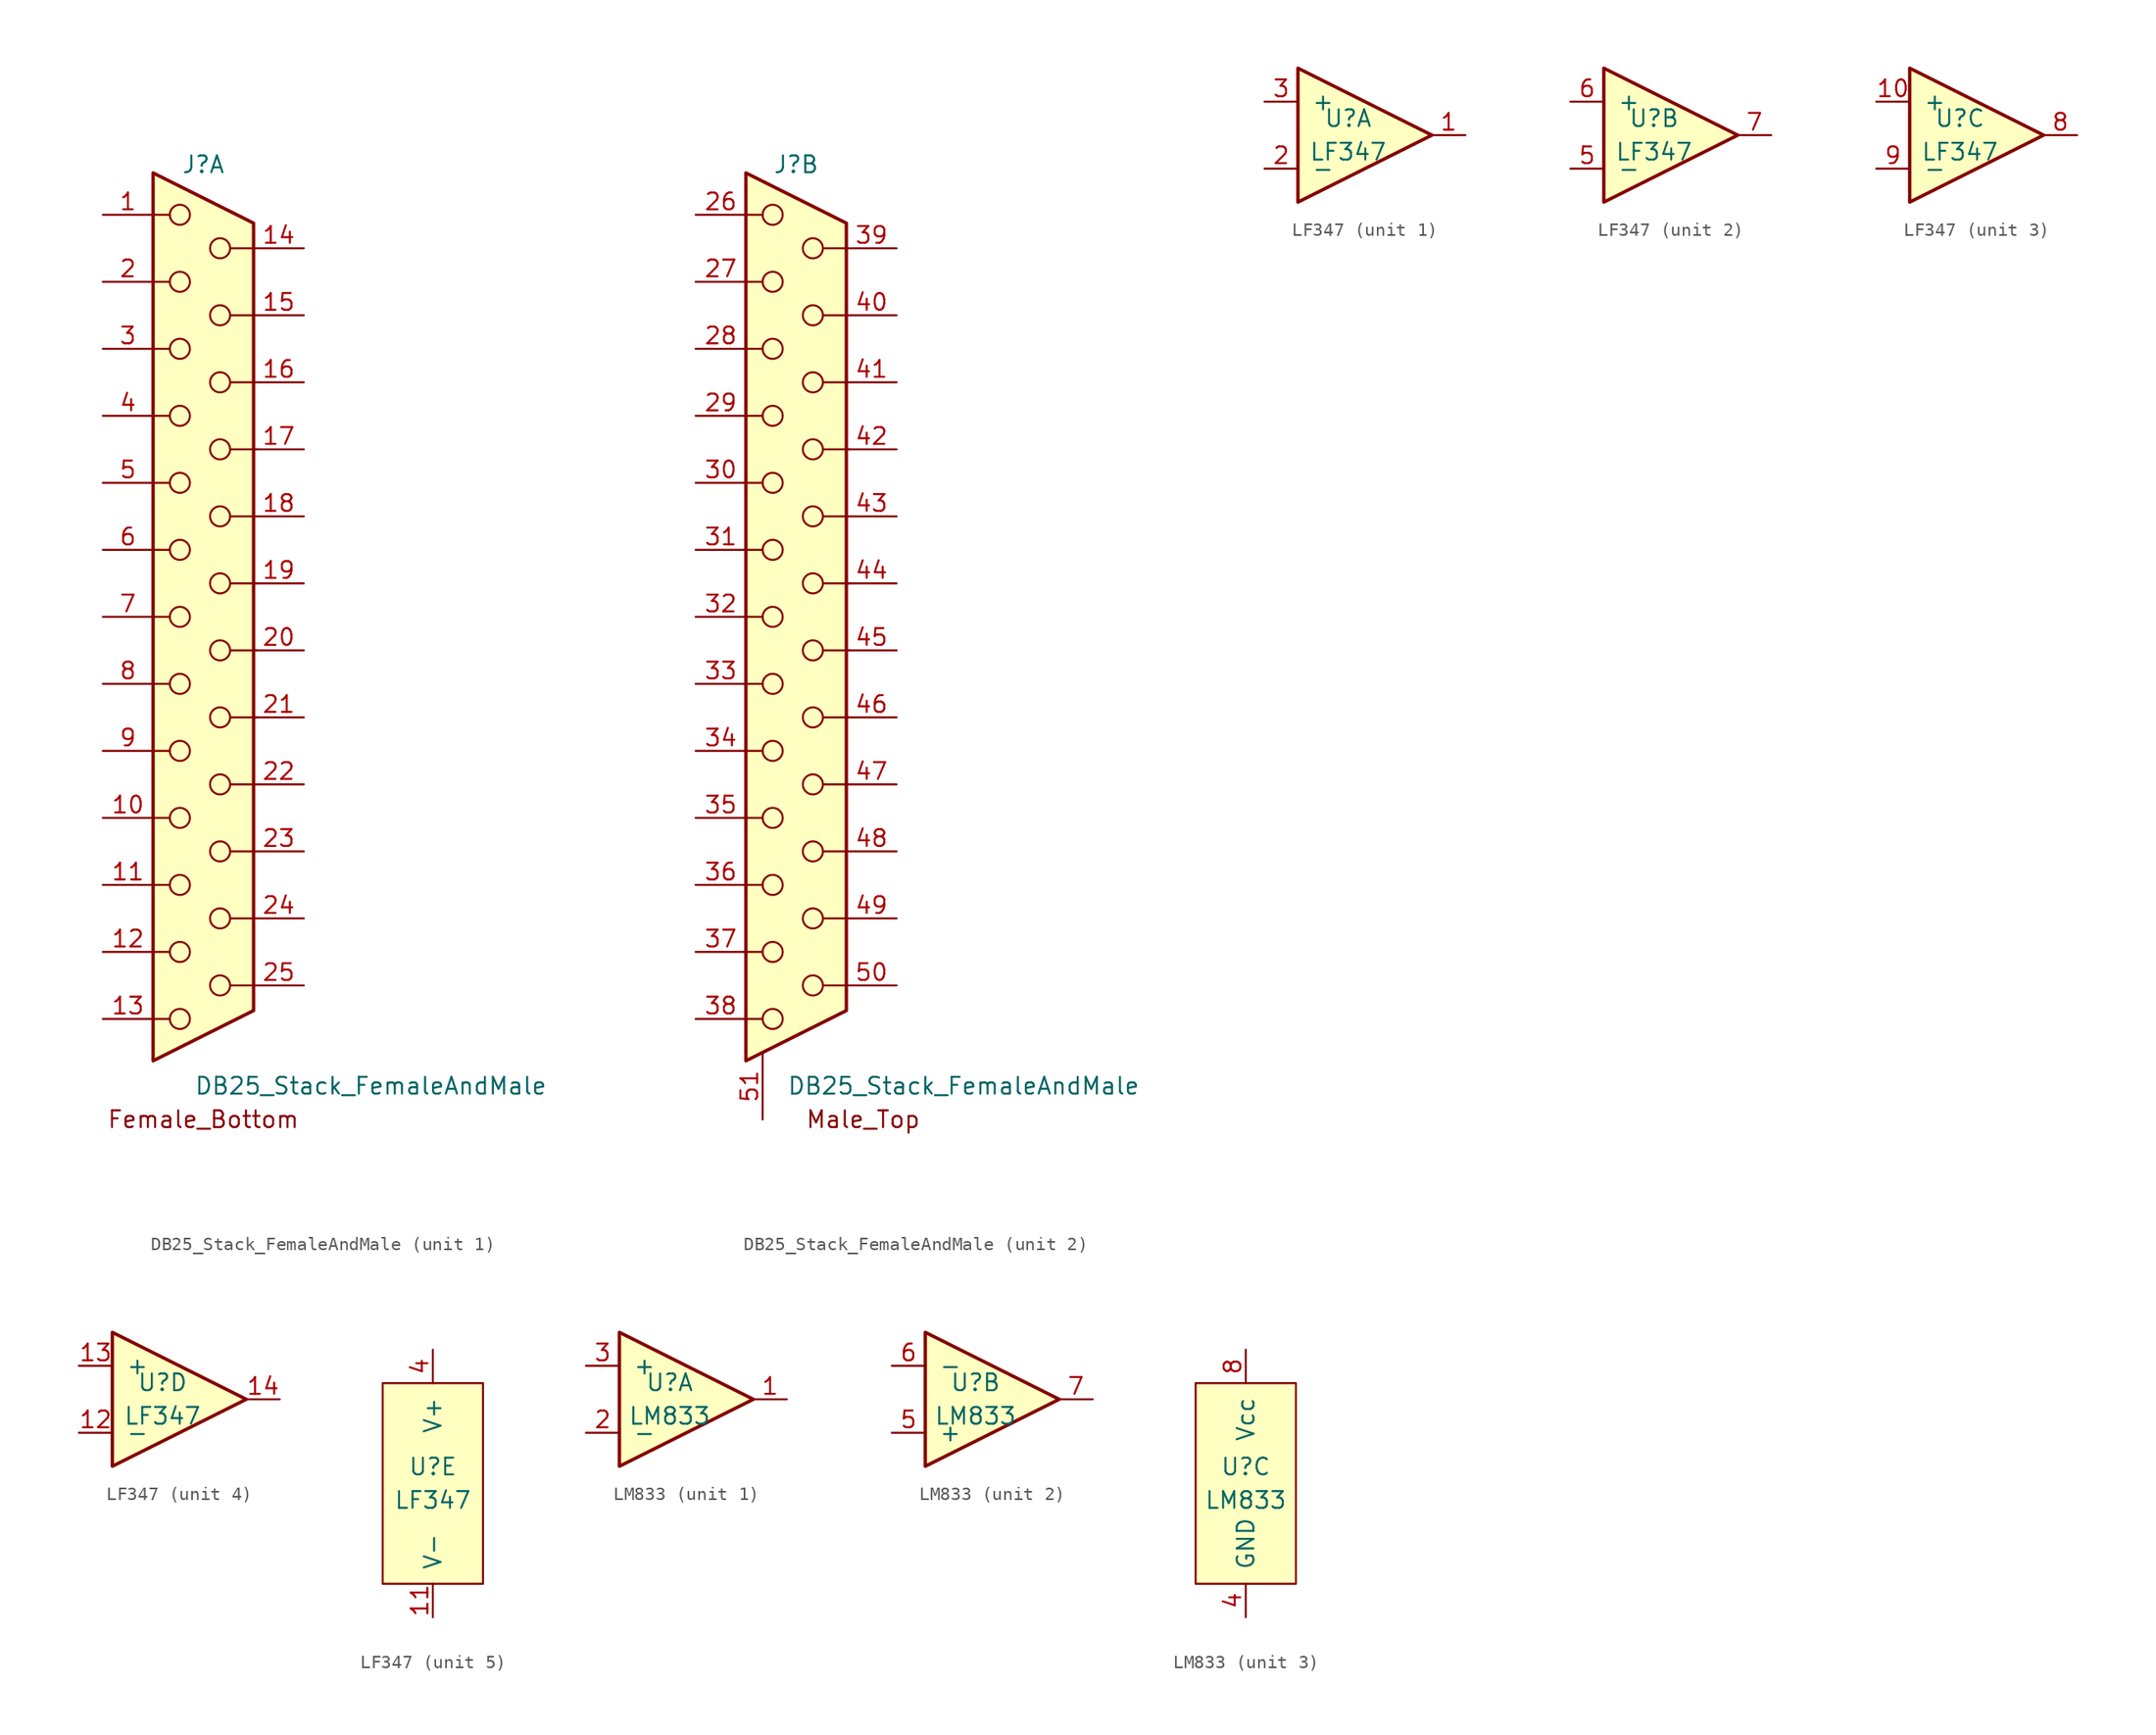
<source format=kicad_sym>
(kicad_symbol_lib
  (version 20220914)
  (generator kicad_symbol_editor)
  (symbol "DB25_Stack_FemaleAndMale"
    (pin_names
      (offset 1.016) hide)
    (property "Reference" "J"
      (at 0 34.29 0)
      (effects (font (size 1.27 1.27))))
    (property "Value" "DB25_Stack_FemaleAndMale"
      (at 12.7 -35.56 0)
      (effects (font (size 1.27 1.27))))
    (symbol "DB25_Stack_FemaleAndMale_0_1"
      (circle (center -1.778 -30.48) (radius 0.762) (stroke (width 0) (type default)) (fill (type none)))
      (circle (center -1.778 -25.4) (radius 0.762) (stroke (width 0) (type default)) (fill (type none)))
      (circle (center -1.778 -20.32) (radius 0.762) (stroke (width 0) (type default)) (fill (type none)))
      (circle (center -1.778 -15.24) (radius 0.762) (stroke (width 0) (type default)) (fill (type none)))
      (circle (center -1.778 -10.16) (radius 0.762) (stroke (width 0) (type default)) (fill (type none)))
      (circle (center -1.778 -5.08) (radius 0.762) (stroke (width 0) (type default)) (fill (type none)))
      (circle (center -1.778 0) (radius 0.762) (stroke (width 0) (type default)) (fill (type none)))
      (circle (center -1.778 5.08) (radius 0.762) (stroke (width 0) (type default)) (fill (type none)))
      (circle (center -1.778 10.16) (radius 0.762) (stroke (width 0) (type default)) (fill (type none)))
      (circle (center -1.778 15.24) (radius 0.762) (stroke (width 0) (type default)) (fill (type none)))
      (circle (center -1.778 20.32) (radius 0.762) (stroke (width 0) (type default)) (fill (type none)))
      (circle (center -1.778 25.4) (radius 0.762) (stroke (width 0) (type default)) (fill (type none)))
      (circle (center -1.778 30.48) (radius 0.762) (stroke (width 0) (type default)) (fill (type none)))
      (polyline (pts (xy -3.81 -30.48) (xy -2.54 -30.48)) (stroke (width 0) (type default)) (fill (type none)))
      (polyline (pts (xy -3.81 -25.4) (xy -2.54 -25.4)) (stroke (width 0) (type default)) (fill (type none)))
      (polyline (pts (xy -3.81 -20.32) (xy -2.54 -20.32)) (stroke (width 0) (type default)) (fill (type none)))
      (polyline (pts (xy -3.81 -15.24) (xy -2.54 -15.24)) (stroke (width 0) (type default)) (fill (type none)))
      (polyline (pts (xy -3.81 -10.16) (xy -2.54 -10.16)) (stroke (width 0) (type default)) (fill (type none)))
      (polyline (pts (xy -3.81 -5.08) (xy -2.54 -5.08)) (stroke (width 0) (type default)) (fill (type none)))
      (polyline (pts (xy -3.81 0) (xy -2.54 0)) (stroke (width 0) (type default)) (fill (type none)))
      (polyline (pts (xy -3.81 5.08) (xy -2.54 5.08)) (stroke (width 0) (type default)) (fill (type none)))
      (polyline (pts (xy -3.81 10.16) (xy -2.54 10.16)) (stroke (width 0) (type default)) (fill (type none)))
      (polyline (pts (xy -3.81 15.24) (xy -2.54 15.24)) (stroke (width 0) (type default)) (fill (type none)))
      (polyline (pts (xy -3.81 20.32) (xy -2.54 20.32)) (stroke (width 0) (type default)) (fill (type none)))
      (polyline (pts (xy -3.81 25.4) (xy -2.54 25.4)) (stroke (width 0) (type default)) (fill (type none)))
      (polyline (pts (xy -3.81 30.48) (xy -2.54 30.48)) (stroke (width 0) (type default)) (fill (type none)))
      (polyline (pts (xy 2.032 -17.78) (xy 3.81 -17.78)) (stroke (width 0) (type default)) (fill (type none)))
      (polyline (pts (xy 2.032 -12.7) (xy 3.81 -12.7)) (stroke (width 0) (type default)) (fill (type none)))
      (polyline (pts (xy 2.032 -2.54) (xy 4.064 -2.54)) (stroke (width 0) (type default)) (fill (type none)))
      (polyline (pts (xy 2.032 7.62) (xy 3.81 7.62)) (stroke (width 0) (type default)) (fill (type none)))
      (polyline (pts (xy 2.032 12.7) (xy 4.064 12.7)) (stroke (width 0) (type default)) (fill (type none)))
      (polyline (pts (xy 2.032 17.78) (xy 3.81 17.78)) (stroke (width 0) (type default)) (fill (type none)))
      (polyline (pts (xy 2.032 22.86) (xy 3.81 22.86)) (stroke (width 0) (type default)) (fill (type none)))
      (polyline (pts (xy 2.032 27.94) (xy 3.81 27.94)) (stroke (width 0) (type default)) (fill (type none)))
      (polyline (pts (xy 3.81 -27.94) (xy 2.032 -27.94)) (stroke (width 0) (type default)) (fill (type none)))
      (polyline (pts (xy 3.81 -22.86) (xy 2.032 -22.86)) (stroke (width 0) (type default)) (fill (type none)))
      (polyline (pts (xy 4.064 -7.62) (xy 2.032 -7.62)) (stroke (width 0) (type default)) (fill (type none)))
      (polyline (pts (xy 4.064 2.54) (xy 2.032 2.54)) (stroke (width 0) (type default)) (fill (type none)))
      (polyline (pts (xy -3.81 33.655) (xy 3.81 29.845) (xy 3.81 -29.845) (xy -3.81 -33.655) (xy -3.81 33.655)) (stroke (width 0.254) (type default)) (fill (type background)))
      (circle (center 1.27 -27.94) (radius 0.762) (stroke (width 0) (type default)) (fill (type none)))
      (circle (center 1.27 -22.86) (radius 0.762) (stroke (width 0) (type default)) (fill (type none)))
      (circle (center 1.27 -17.78) (radius 0.762) (stroke (width 0) (type default)) (fill (type none)))
      (circle (center 1.27 -12.7) (radius 0.762) (stroke (width 0) (type default)) (fill (type none)))
      (circle (center 1.27 -7.62) (radius 0.762) (stroke (width 0) (type default)) (fill (type none)))
      (circle (center 1.27 -2.54) (radius 0.762) (stroke (width 0) (type default)) (fill (type none)))
      (circle (center 1.27 2.54) (radius 0.762) (stroke (width 0) (type default)) (fill (type none)))
      (circle (center 1.27 7.62) (radius 0.762) (stroke (width 0) (type default)) (fill (type none)))
      (circle (center 1.27 12.7) (radius 0.762) (stroke (width 0) (type default)) (fill (type none)))
      (circle (center 1.27 17.78) (radius 0.762) (stroke (width 0) (type default)) (fill (type none)))
      (circle (center 1.27 22.86) (radius 0.762) (stroke (width 0) (type default)) (fill (type none)))
      (circle (center 1.27 27.94) (radius 0.762) (stroke (width 0) (type default)) (fill (type none))))
    (symbol "DB25_Stack_FemaleAndMale_1_0"
      (text "Female_Bottom" (at 0 -38.1 0) (effects (font (size 1.27 1.27)))))
    (symbol "DB25_Stack_FemaleAndMale_1_1"
      (pin passive line (at -7.62 30.48 0) (length 3.81) (name "1" (effects (font (size 1.27 1.27)))) (number "1" (effects (font (size 1.27 1.27)))))
      (pin passive line (at -7.62 -15.24 0) (length 3.81) (name "10" (effects (font (size 1.27 1.27)))) (number "10" (effects (font (size 1.27 1.27)))))
      (pin passive line (at -7.62 -20.32 0) (length 3.81) (name "11" (effects (font (size 1.27 1.27)))) (number "11" (effects (font (size 1.27 1.27)))))
      (pin passive line (at -7.62 -25.4 0) (length 3.81) (name "12" (effects (font (size 1.27 1.27)))) (number "12" (effects (font (size 1.27 1.27)))))
      (pin passive line (at -7.62 -30.48 0) (length 3.81) (name "13" (effects (font (size 1.27 1.27)))) (number "13" (effects (font (size 1.27 1.27)))))
      (pin passive line (at 7.62 27.94 180) (length 3.81) (name "P14" (effects (font (size 1.27 1.27)))) (number "14" (effects (font (size 1.27 1.27)))))
      (pin passive line (at 7.62 22.86 180) (length 3.81) (name "P15" (effects (font (size 1.27 1.27)))) (number "15" (effects (font (size 1.27 1.27)))))
      (pin passive line (at 7.62 17.78 180) (length 3.81) (name "P16" (effects (font (size 1.27 1.27)))) (number "16" (effects (font (size 1.27 1.27)))))
      (pin passive line (at 7.62 12.7 180) (length 3.81) (name "P17" (effects (font (size 1.27 1.27)))) (number "17" (effects (font (size 1.27 1.27)))))
      (pin passive line (at 7.62 7.62 180) (length 3.81) (name "P18" (effects (font (size 1.27 1.27)))) (number "18" (effects (font (size 1.27 1.27)))))
      (pin passive line (at 7.62 2.54 180) (length 3.81) (name "P19" (effects (font (size 1.27 1.27)))) (number "19" (effects (font (size 1.27 1.27)))))
      (pin passive line (at -7.62 25.4 0) (length 3.81) (name "2" (effects (font (size 1.27 1.27)))) (number "2" (effects (font (size 1.27 1.27)))))
      (pin passive line (at 7.62 -2.54 180) (length 3.81) (name "P20" (effects (font (size 1.27 1.27)))) (number "20" (effects (font (size 1.27 1.27)))))
      (pin passive line (at 7.62 -7.62 180) (length 3.81) (name "P21" (effects (font (size 1.27 1.27)))) (number "21" (effects (font (size 1.27 1.27)))))
      (pin passive line (at 7.62 -12.7 180) (length 3.81) (name "P22" (effects (font (size 1.27 1.27)))) (number "22" (effects (font (size 1.27 1.27)))))
      (pin passive line (at 7.62 -17.78 180) (length 3.81) (name "P23" (effects (font (size 1.27 1.27)))) (number "23" (effects (font (size 1.27 1.27)))))
      (pin passive line (at 7.62 -22.86 180) (length 3.81) (name "P24" (effects (font (size 1.27 1.27)))) (number "24" (effects (font (size 1.27 1.27)))))
      (pin passive line (at 7.62 -27.94 180) (length 3.81) (name "P25" (effects (font (size 1.27 1.27)))) (number "25" (effects (font (size 1.27 1.27)))))
      (pin passive line (at -7.62 20.32 0) (length 3.81) (name "3" (effects (font (size 1.27 1.27)))) (number "3" (effects (font (size 1.27 1.27)))))
      (pin passive line (at -7.62 15.24 0) (length 3.81) (name "4" (effects (font (size 1.27 1.27)))) (number "4" (effects (font (size 1.27 1.27)))))
      (pin passive line (at -7.62 10.16 0) (length 3.81) (name "5" (effects (font (size 1.27 1.27)))) (number "5" (effects (font (size 1.27 1.27)))))
      (pin passive line (at -7.62 5.08 0) (length 3.81) (name "6" (effects (font (size 1.27 1.27)))) (number "6" (effects (font (size 1.27 1.27)))))
      (pin passive line (at -7.62 0 0) (length 3.81) (name "7" (effects (font (size 1.27 1.27)))) (number "7" (effects (font (size 1.27 1.27)))))
      (pin passive line (at -7.62 -5.08 0) (length 3.81) (name "8" (effects (font (size 1.27 1.27)))) (number "8" (effects (font (size 1.27 1.27)))))
      (pin passive line (at -7.62 -10.16 0) (length 3.81) (name "9" (effects (font (size 1.27 1.27)))) (number "9" (effects (font (size 1.27 1.27))))))
    (symbol "DB25_Stack_FemaleAndMale_2_0"
      (text "Male_Top" (at 5.08 -38.1 0) (effects (font (size 1.27 1.27))))
      (pin power_in line (at -2.54 -38.1 90) (length 5.02) (name "GND" (effects (font (size 1.27 1.27)))) (number "51" (effects (font (size 1.27 1.27))))))
    (symbol "DB25_Stack_FemaleAndMale_2_1"
      (pin passive line (at -7.62 30.48 0) (length 3.81) (name "26" (effects (font (size 1.27 1.27)))) (number "26" (effects (font (size 1.27 1.27)))))
      (pin passive line (at -7.62 25.4 0) (length 3.81) (name "27" (effects (font (size 1.27 1.27)))) (number "27" (effects (font (size 1.27 1.27)))))
      (pin passive line (at -7.62 20.32 0) (length 3.81) (name "28" (effects (font (size 1.27 1.27)))) (number "28" (effects (font (size 1.27 1.27)))))
      (pin passive line (at -7.62 15.24 0) (length 3.81) (name "29" (effects (font (size 1.27 1.27)))) (number "29" (effects (font (size 1.27 1.27)))))
      (pin passive line (at -7.62 10.16 0) (length 3.81) (name "30" (effects (font (size 1.27 1.27)))) (number "30" (effects (font (size 1.27 1.27)))))
      (pin passive line (at -7.62 5.08 0) (length 3.81) (name "31" (effects (font (size 1.27 1.27)))) (number "31" (effects (font (size 1.27 1.27)))))
      (pin passive line (at -7.62 0 0) (length 3.81) (name "32" (effects (font (size 1.27 1.27)))) (number "32" (effects (font (size 1.27 1.27)))))
      (pin passive line (at -7.62 -5.08 0) (length 3.81) (name "33" (effects (font (size 1.27 1.27)))) (number "33" (effects (font (size 1.27 1.27)))))
      (pin passive line (at -7.62 -10.16 0) (length 3.81) (name "34" (effects (font (size 1.27 1.27)))) (number "34" (effects (font (size 1.27 1.27)))))
      (pin passive line (at -7.62 -15.24 0) (length 3.81) (name "35" (effects (font (size 1.27 1.27)))) (number "35" (effects (font (size 1.27 1.27)))))
      (pin passive line (at -7.62 -20.32 0) (length 3.81) (name "36" (effects (font (size 1.27 1.27)))) (number "36" (effects (font (size 1.27 1.27)))))
      (pin passive line (at -7.62 -25.4 0) (length 3.81) (name "37" (effects (font (size 1.27 1.27)))) (number "37" (effects (font (size 1.27 1.27)))))
      (pin passive line (at -7.62 -30.48 0) (length 3.81) (name "38" (effects (font (size 1.27 1.27)))) (number "38" (effects (font (size 1.27 1.27)))))
      (pin passive line (at 7.62 27.94 180) (length 3.81) (name "39" (effects (font (size 1.27 1.27)))) (number "39" (effects (font (size 1.27 1.27)))))
      (pin passive line (at 7.62 22.86 180) (length 3.81) (name "40" (effects (font (size 1.27 1.27)))) (number "40" (effects (font (size 1.27 1.27)))))
      (pin passive line (at 7.62 17.78 180) (length 3.81) (name "41" (effects (font (size 1.27 1.27)))) (number "41" (effects (font (size 1.27 1.27)))))
      (pin passive line (at 7.62 12.7 180) (length 3.81) (name "42" (effects (font (size 1.27 1.27)))) (number "42" (effects (font (size 1.27 1.27)))))
      (pin passive line (at 7.62 7.62 180) (length 3.81) (name "43" (effects (font (size 1.27 1.27)))) (number "43" (effects (font (size 1.27 1.27)))))
      (pin passive line (at 7.62 2.54 180) (length 3.81) (name "44" (effects (font (size 1.27 1.27)))) (number "44" (effects (font (size 1.27 1.27)))))
      (pin passive line (at 7.62 -2.54 180) (length 3.81) (name "45" (effects (font (size 1.27 1.27)))) (number "45" (effects (font (size 1.27 1.27)))))
      (pin passive line (at 7.62 -7.62 180) (length 3.81) (name "46" (effects (font (size 1.27 1.27)))) (number "46" (effects (font (size 1.27 1.27)))))
      (pin passive line (at 7.62 -12.7 180) (length 3.81) (name "47" (effects (font (size 1.27 1.27)))) (number "47" (effects (font (size 1.27 1.27)))))
      (pin passive line (at 7.62 -17.78 180) (length 3.81) (name "48" (effects (font (size 1.27 1.27)))) (number "48" (effects (font (size 1.27 1.27)))))
      (pin passive line (at 7.62 -22.86 180) (length 3.81) (name "49" (effects (font (size 1.27 1.27)))) (number "49" (effects (font (size 1.27 1.27)))))
      (pin passive line (at 7.62 -27.94 180) (length 3.81) (name "50" (effects (font (size 1.27 1.27)))) (number "50" (effects (font (size 1.27 1.27)))))))
  (symbol "LF347"
    (pin_names
      (offset 1.016))
    (property "Reference" "U"
      (at 0 1.27 0)
      (effects (font (size 1.27 1.27))))
    (property "Value" "LF347"
      (at 0 -1.27 0)
      (effects (font (size 1.27 1.27))))
    (property "ki_locked" ""
      (at 0 0 0)
      (effects (font (size 1.27 1.27))))
    (symbol "LF347_1_1"
      (polyline (pts (xy -3.81 5.08) (xy 6.35 0) (xy -3.81 -5.08) (xy -3.81 5.08)) (stroke (width 0.254) (type default)) (fill (type background)))
      (pin output line (at 8.89 0 180) (length 2.54) (name "~" (effects (font (size 1.27 1.27)))) (number "1" (effects (font (size 1.27 1.27)))))
      (pin input line (at -6.35 -2.54 0) (length 2.54) (name "-" (effects (font (size 1.27 1.27)))) (number "2" (effects (font (size 1.27 1.27)))))
      (pin input line (at -6.35 2.54 0) (length 2.54) (name "+" (effects (font (size 1.27 1.27)))) (number "3" (effects (font (size 1.27 1.27))))))
    (symbol "LF347_2_1"
      (polyline (pts (xy -3.81 5.08) (xy 6.35 0) (xy -3.81 -5.08) (xy -3.81 5.08)) (stroke (width 0.254) (type default)) (fill (type background)))
      (pin input line (at -6.35 -2.54 0) (length 2.54) (name "-" (effects (font (size 1.27 1.27)))) (number "5" (effects (font (size 1.27 1.27)))))
      (pin input line (at -6.35 2.54 0) (length 2.54) (name "+" (effects (font (size 1.27 1.27)))) (number "6" (effects (font (size 1.27 1.27)))))
      (pin output line (at 8.89 0 180) (length 2.54) (name "~" (effects (font (size 1.27 1.27)))) (number "7" (effects (font (size 1.27 1.27))))))
    (symbol "LF347_3_1"
      (polyline (pts (xy -3.81 5.08) (xy 6.35 0) (xy -3.81 -5.08) (xy -3.81 5.08)) (stroke (width 0.254) (type default)) (fill (type background)))
      (pin input line (at -6.35 2.54 0) (length 2.54) (name "+" (effects (font (size 1.27 1.27)))) (number "10" (effects (font (size 1.27 1.27)))))
      (pin output line (at 8.89 0 180) (length 2.54) (name "~" (effects (font (size 1.27 1.27)))) (number "8" (effects (font (size 1.27 1.27)))))
      (pin input line (at -6.35 -2.54 0) (length 2.54) (name "-" (effects (font (size 1.27 1.27)))) (number "9" (effects (font (size 1.27 1.27))))))
    (symbol "LF347_4_1"
      (polyline (pts (xy -3.81 5.08) (xy 6.35 0) (xy -3.81 -5.08) (xy -3.81 5.08)) (stroke (width 0.254) (type default)) (fill (type background)))
      (pin input line (at -6.35 -2.54 0) (length 2.54) (name "-" (effects (font (size 1.27 1.27)))) (number "12" (effects (font (size 1.27 1.27)))))
      (pin input line (at -6.35 2.54 0) (length 2.54) (name "+" (effects (font (size 1.27 1.27)))) (number "13" (effects (font (size 1.27 1.27)))))
      (pin output line (at 8.89 0 180) (length 2.54) (name "~" (effects (font (size 1.27 1.27)))) (number "14" (effects (font (size 1.27 1.27))))))
    (symbol "LF347_5_1"
      (rectangle (start -3.81 7.62) (end 3.81 -7.62) (stroke (width 0) (type default)) (fill (type background)))
      (pin passive line (at 0 -10.16 90) (length 2.54) (name "V-" (effects (font (size 1.27 1.27)))) (number "11" (effects (font (size 1.27 1.27)))))
      (pin passive line (at 0 10.16 270) (length 2.54) (name "V+" (effects (font (size 1.27 1.27)))) (number "4" (effects (font (size 1.27 1.27)))))))
  (symbol "LM833"
    (pin_names
      (offset 1.016))
    (property "Reference" "U"
      (at 0 1.27 0)
      (effects (font (size 1.27 1.27))))
    (property "Value" "LM833"
      (at 0 -1.27 0)
      (effects (font (size 1.27 1.27))))
    (property "ki_locked" ""
      (at 0 0 0)
      (effects (font (size 1.27 1.27))))
    (symbol "LM833_1_1"
      (polyline (pts (xy -3.81 5.08) (xy 6.35 0) (xy -3.81 -5.08) (xy -3.81 5.08)) (stroke (width 0.254) (type default)) (fill (type background)))
      (pin output line (at 8.89 0 180) (length 2.54) (name "~" (effects (font (size 1.27 1.27)))) (number "1" (effects (font (size 1.27 1.27)))))
      (pin input line (at -6.35 -2.54 0) (length 2.54) (name "-" (effects (font (size 1.27 1.27)))) (number "2" (effects (font (size 1.27 1.27)))))
      (pin input line (at -6.35 2.54 0) (length 2.54) (name "+" (effects (font (size 1.27 1.27)))) (number "3" (effects (font (size 1.27 1.27))))))
    (symbol "LM833_2_1"
      (polyline (pts (xy -3.81 5.08) (xy 6.35 0) (xy -3.81 -5.08) (xy -3.81 5.08)) (stroke (width 0.254) (type default)) (fill (type background)))
      (pin input line (at -6.35 -2.54 0) (length 2.54) (name "+" (effects (font (size 1.27 1.27)))) (number "5" (effects (font (size 1.27 1.27)))))
      (pin input line (at -6.35 2.54 0) (length 2.54) (name "-" (effects (font (size 1.27 1.27)))) (number "6" (effects (font (size 1.27 1.27)))))
      (pin output line (at 8.89 0 180) (length 2.54) (name "~" (effects (font (size 1.27 1.27)))) (number "7" (effects (font (size 1.27 1.27))))))
    (symbol "LM833_3_1"
      (rectangle (start -3.81 7.62) (end 3.81 -7.62) (stroke (width 0) (type default)) (fill (type background)))
      (pin power_in line (at 0 -10.16 90) (length 2.54) (name "GND" (effects (font (size 1.27 1.27)))) (number "4" (effects (font (size 1.27 1.27)))))
      (pin power_in line (at 0 10.16 270) (length 2.54) (name "Vcc" (effects (font (size 1.27 1.27)))) (number "8" (effects (font (size 1.27 1.27))))))))
</source>
